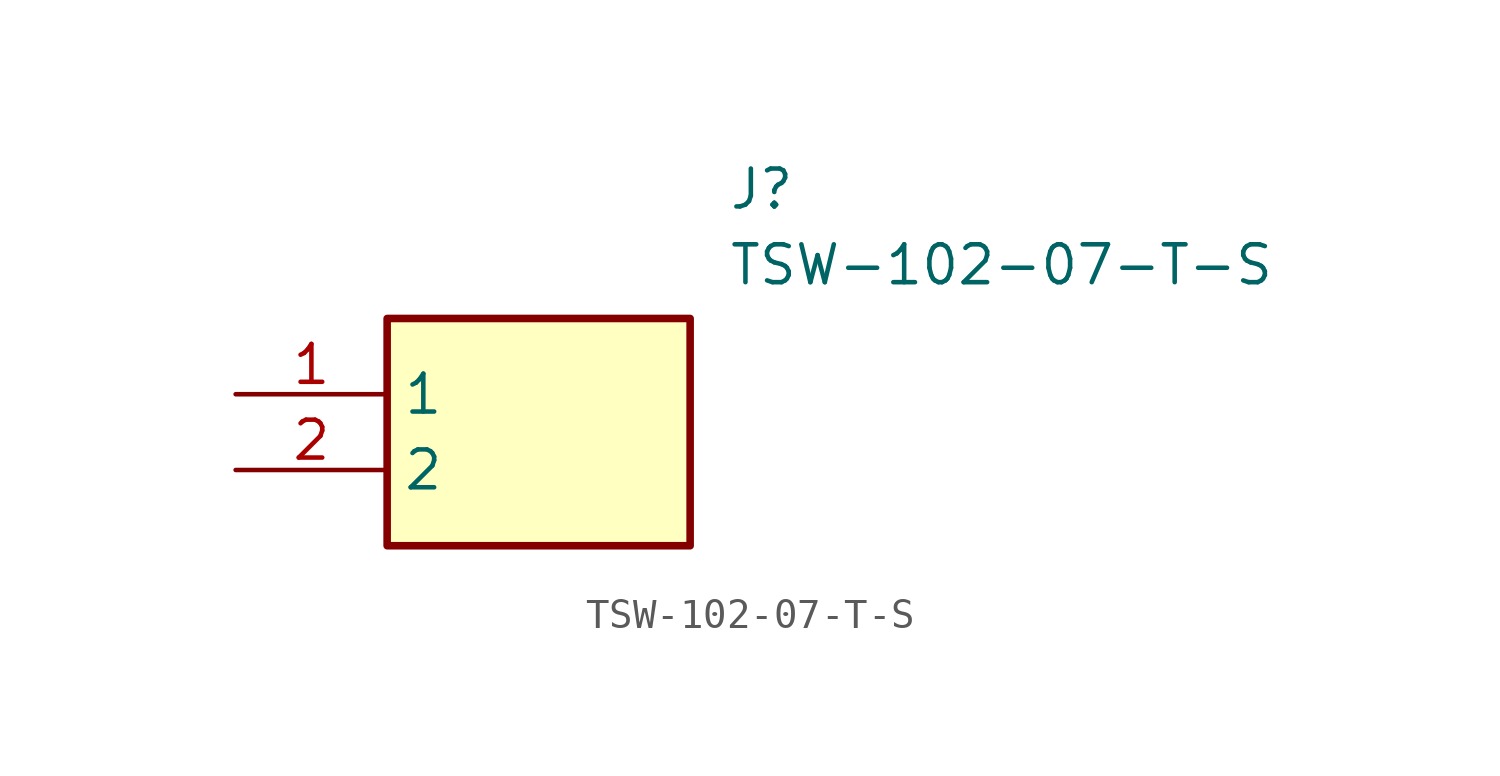
<source format=kicad_sym>
(kicad_symbol_lib
  (version 20211014)
  (generator SamacSys_ECAD_Model)
  (symbol "TSW-102-07-T-S"
    (property "Reference" "J"
      (at 16.51 7.62 0)
      (effects (font (size 1.27 1.27)) (justify left top)))
    (property "Value" "TSW-102-07-T-S"
      (at 16.51 5.08 0)
      (effects (font (size 1.27 1.27)) (justify left top)))
    (rectangle
      (start 5.08 2.54)
      (end 15.24 -5.08)
      (stroke (width 0.254) (type default))
      (fill (type background)))
    (pin passive line
      (at 0 0 0)
      (length 5.08)
      (name "1" (effects (font (size 1.27 1.27))))
      (number "1" (effects (font (size 1.27 1.27)))))
    (pin passive line
      (at 0 -2.54 0)
      (length 5.08)
      (name "2" (effects (font (size 1.27 1.27))))
      (number "2" (effects (font (size 1.27 1.27)))))))
</source>
